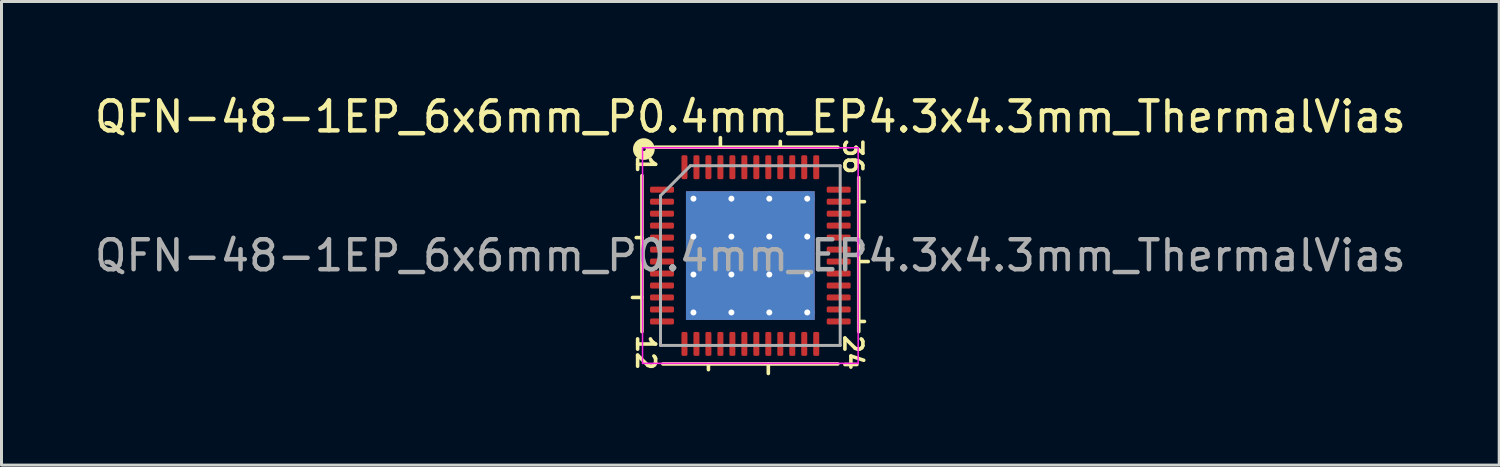
<source format=kicad_pcb>
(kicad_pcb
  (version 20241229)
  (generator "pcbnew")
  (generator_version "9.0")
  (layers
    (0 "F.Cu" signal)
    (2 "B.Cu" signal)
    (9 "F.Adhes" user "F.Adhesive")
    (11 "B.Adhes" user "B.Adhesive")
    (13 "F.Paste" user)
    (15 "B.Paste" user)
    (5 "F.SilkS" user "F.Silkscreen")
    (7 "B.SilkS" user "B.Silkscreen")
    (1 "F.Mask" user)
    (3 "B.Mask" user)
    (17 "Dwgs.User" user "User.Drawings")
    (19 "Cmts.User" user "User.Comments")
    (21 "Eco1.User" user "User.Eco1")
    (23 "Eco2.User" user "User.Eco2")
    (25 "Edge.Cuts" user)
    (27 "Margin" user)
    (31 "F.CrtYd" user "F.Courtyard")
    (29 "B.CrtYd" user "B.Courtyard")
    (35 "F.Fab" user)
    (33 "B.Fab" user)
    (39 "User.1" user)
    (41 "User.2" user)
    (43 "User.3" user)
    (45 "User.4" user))
  (footprint "QFN-48-1EP_6x6mm_P0.4mm_EP4.3x4.3mm_ThermalVias"
    (layer "F.Cu")
    (at 22.006 5.484)
    (property "Reference" "QFN-48-1EP_6x6mm_P0.4mm_EP4.3x4.3mm_ThermalVias" (at 0 -4.636 0) (layer "F.SilkS") (effects (font (size 1 1) (thickness 0.15))))
    (attr smd)
    (fp_line (start -3.619 -2.667) (end -3.619 2.54) (stroke (width 0.12) (type solid)) (layer "F.SilkS"))
    (fp_line (start -3.619 -0.6) (end -3.81 -0.6) (stroke (width 0.12) (type solid)) (layer "F.SilkS"))
    (fp_line (start -3.619 1.4) (end -3.937 1.4) (stroke (width 0.12) (type solid)) (layer "F.SilkS"))
    (fp_line (start -2.921 3.619) (end 2.921 3.619) (stroke (width 0.12) (type solid)) (layer "F.SilkS"))
    (fp_line (start -1.4 3.81) (end -1.4 3.619) (stroke (width 0.12) (type solid)) (layer "F.SilkS"))
    (fp_line (start -1 -3.619) (end -1 -3.937) (stroke (width 0.12) (type solid)) (layer "F.SilkS"))
    (fp_line (start 0.6 3.619) (end 0.6 3.937) (stroke (width 0.12) (type solid)) (layer "F.SilkS"))
    (fp_line (start 1 -3.619) (end 1 -3.81) (stroke (width 0.12) (type solid)) (layer "F.SilkS"))
    (fp_line (start 2.921 -3.619) (end -3.175 -3.619) (stroke (width 0.12) (type solid)) (layer "F.SilkS"))
    (fp_line (start 3.619 -1.8) (end 3.81 -1.8) (stroke (width 0.12) (type solid)) (layer "F.SilkS"))
    (fp_line (start 3.619 0.2) (end 3.937 0.2) (stroke (width 0.12) (type solid)) (layer "F.SilkS"))
    (fp_line (start 3.619 2.2) (end 3.81 2.2) (stroke (width 0.12) (type solid)) (layer "F.SilkS"))
    (fp_line (start 3.619 2.54) (end 3.619 -2.603) (stroke (width 0.12) (type solid)) (layer "F.SilkS"))
    (fp_circle (center -3.556 -3.556) (end -3.493 -3.556) (stroke (width 0.3) (type solid)) (fill no) (layer "F.SilkS"))
    (fp_line (start -3.6 -3.6) (end -3.6 3.6) (stroke (width 0.05) (type solid)) (layer "F.CrtYd"))
    (fp_line (start -3.6 3.6) (end 3.6 3.6) (stroke (width 0.05) (type solid)) (layer "F.CrtYd"))
    (fp_line (start 3.6 -3.6) (end -3.6 -3.6) (stroke (width 0.05) (type solid)) (layer "F.CrtYd"))
    (fp_line (start 3.6 3.6) (end 3.6 -3.6) (stroke (width 0.05) (type solid)) (layer "F.CrtYd"))
    (fp_line (start -3 -2) (end -2 -3) (stroke (width 0.1) (type solid)) (layer "F.Fab"))
    (fp_line (start -3 3) (end -3 -2) (stroke (width 0.1) (type solid)) (layer "F.Fab"))
    (fp_line (start -2 -3) (end 3 -3) (stroke (width 0.1) (type solid)) (layer "F.Fab"))
    (fp_line (start 3 -3) (end 3 3) (stroke (width 0.1) (type solid)) (layer "F.Fab"))
    (fp_line (start 3 3) (end -3 3) (stroke (width 0.1) (type solid)) (layer "F.Fab"))
    (fp_text user "1" (at -3.493 -3.048 270) (unlocked yes) (layer "F.SilkS") (effects (font (size 0.6 0.6) (thickness 0.12))))
    (fp_text user "12" (at -3.493 3.239 270) (unlocked yes) (layer "F.SilkS") (effects (font (size 0.6 0.6) (thickness 0.12))))
    (fp_text user "36" (at 3.429 -3.302 270) (unlocked yes) (layer "F.SilkS") (effects (font (size 0.6 0.6) (thickness 0.12))))
    (fp_text user "24" (at 3.429 3.239 270) (unlocked yes) (layer "F.SilkS") (effects (font (size 0.6 0.6) (thickness 0.12))))
    (fp_text user "${REFERENCE}" (at 0 0 0) (layer "F.Fab") (effects (font (size 1 1) (thickness 0.15))))
    (pad "" smd custom (at -1.267 -1.267) (size 1.034 1.034) (layers "F.Paste") (options (anchor circle)) (primitives (gr_poly (pts (xy -0.456 -0.356) (xy -0.356 -0.456) (xy 0.356 -0.456) (xy 0.456 -0.356) (xy 0.456 0.356) (xy 0.356 0.456) (xy -0.356 0.456) (xy -0.456 0.356)) (width 0.243) (fill yes))))
    (pad "" smd custom (at -1.267 0) (size 1.034 1.034) (layers "F.Paste") (options (anchor circle)) (primitives (gr_poly (pts (xy -0.456 -0.356) (xy -0.356 -0.456) (xy 0.356 -0.456) (xy 0.456 -0.356) (xy 0.456 0.356) (xy 0.356 0.456) (xy -0.356 0.456) (xy -0.456 0.356)) (width 0.243) (fill yes))))
    (pad "" smd custom (at -1.267 1.267) (size 1.034 1.034) (layers "F.Paste") (options (anchor circle)) (primitives (gr_poly (pts (xy -0.456 -0.356) (xy -0.356 -0.456) (xy 0.356 -0.456) (xy 0.456 -0.356) (xy 0.456 0.356) (xy 0.356 0.456) (xy -0.356 0.456) (xy -0.456 0.356)) (width 0.243) (fill yes))))
    (pad "" smd custom (at 0 -1.267) (size 1.034 1.034) (layers "F.Paste") (options (anchor circle)) (primitives (gr_poly (pts (xy -0.456 -0.356) (xy -0.356 -0.456) (xy 0.356 -0.456) (xy 0.456 -0.356) (xy 0.456 0.356) (xy 0.356 0.456) (xy -0.356 0.456) (xy -0.456 0.356)) (width 0.243) (fill yes))))
    (pad "" smd custom (at 0 0) (size 1.034 1.034) (layers "F.Paste") (options (anchor circle)) (primitives (gr_poly (pts (xy -0.456 -0.356) (xy -0.356 -0.456) (xy 0.356 -0.456) (xy 0.456 -0.356) (xy 0.456 0.356) (xy 0.356 0.456) (xy -0.356 0.456) (xy -0.456 0.356)) (width 0.243) (fill yes))))
    (pad "" smd custom (at 0 1.267) (size 1.034 1.034) (layers "F.Paste") (options (anchor circle)) (primitives (gr_poly (pts (xy -0.456 -0.356) (xy -0.356 -0.456) (xy 0.356 -0.456) (xy 0.456 -0.356) (xy 0.456 0.356) (xy 0.356 0.456) (xy -0.356 0.456) (xy -0.456 0.356)) (width 0.243) (fill yes))))
    (pad "" smd custom (at 1.267 -1.267) (size 1.034 1.034) (layers "F.Paste") (options (anchor circle)) (primitives (gr_poly (pts (xy -0.456 -0.356) (xy -0.356 -0.456) (xy 0.356 -0.456) (xy 0.456 -0.356) (xy 0.456 0.356) (xy 0.356 0.456) (xy -0.356 0.456) (xy -0.456 0.356)) (width 0.243) (fill yes))))
    (pad "" smd custom (at 1.267 0) (size 1.034 1.034) (layers "F.Paste") (options (anchor circle)) (primitives (gr_poly (pts (xy -0.456 -0.356) (xy -0.356 -0.456) (xy 0.356 -0.456) (xy 0.456 -0.356) (xy 0.456 0.356) (xy 0.356 0.456) (xy -0.356 0.456) (xy -0.456 0.356)) (width 0.243) (fill yes))))
    (pad "" smd custom (at 1.267 1.267) (size 1.034 1.034) (layers "F.Paste") (options (anchor circle)) (primitives (gr_poly (pts (xy -0.456 -0.356) (xy -0.356 -0.456) (xy 0.356 -0.456) (xy 0.456 -0.356) (xy 0.456 0.356) (xy 0.356 0.456) (xy -0.356 0.456) (xy -0.456 0.356)) (width 0.243) (fill yes))))
    (pad "1" smd roundrect (at -2.95 -2.2) (size 0.8 0.2) (layers "F.Cu" "F.Mask" "F.Paste") (roundrect_rratio 0.25))
    (pad "2" smd roundrect (at -2.95 -1.8) (size 0.8 0.2) (layers "F.Cu" "F.Mask" "F.Paste") (roundrect_rratio 0.25))
    (pad "3" smd roundrect (at -2.95 -1.4) (size 0.8 0.2) (layers "F.Cu" "F.Mask" "F.Paste") (roundrect_rratio 0.25))
    (pad "4" smd roundrect (at -2.95 -1) (size 0.8 0.2) (layers "F.Cu" "F.Mask" "F.Paste") (roundrect_rratio 0.25))
    (pad "5" smd roundrect (at -2.95 -0.6) (size 0.8 0.2) (layers "F.Cu" "F.Mask" "F.Paste") (roundrect_rratio 0.25))
    (pad "6" smd roundrect (at -2.95 -0.2) (size 0.8 0.2) (layers "F.Cu" "F.Mask" "F.Paste") (roundrect_rratio 0.25))
    (pad "7" smd roundrect (at -2.95 0.2) (size 0.8 0.2) (layers "F.Cu" "F.Mask" "F.Paste") (roundrect_rratio 0.25))
    (pad "8" smd roundrect (at -2.95 0.6) (size 0.8 0.2) (layers "F.Cu" "F.Mask" "F.Paste") (roundrect_rratio 0.25))
    (pad "9" smd roundrect (at -2.95 1) (size 0.8 0.2) (layers "F.Cu" "F.Mask" "F.Paste") (roundrect_rratio 0.25))
    (pad "10" smd roundrect (at -2.95 1.4) (size 0.8 0.2) (layers "F.Cu" "F.Mask" "F.Paste") (roundrect_rratio 0.25))
    (pad "11" smd roundrect (at -2.95 1.8) (size 0.8 0.2) (layers "F.Cu" "F.Mask" "F.Paste") (roundrect_rratio 0.25))
    (pad "12" smd roundrect (at -2.95 2.2) (size 0.8 0.2) (layers "F.Cu" "F.Mask" "F.Paste") (roundrect_rratio 0.25))
    (pad "13" smd roundrect (at -2.2 2.95) (size 0.2 0.8) (layers "F.Cu" "F.Mask" "F.Paste") (roundrect_rratio 0.25))
    (pad "14" smd roundrect (at -1.8 2.95) (size 0.2 0.8) (layers "F.Cu" "F.Mask" "F.Paste") (roundrect_rratio 0.25))
    (pad "15" smd roundrect (at -1.4 2.95) (size 0.2 0.8) (layers "F.Cu" "F.Mask" "F.Paste") (roundrect_rratio 0.25))
    (pad "16" smd roundrect (at -1 2.95) (size 0.2 0.8) (layers "F.Cu" "F.Mask" "F.Paste") (roundrect_rratio 0.25))
    (pad "17" smd roundrect (at -0.6 2.95) (size 0.2 0.8) (layers "F.Cu" "F.Mask" "F.Paste") (roundrect_rratio 0.25))
    (pad "18" smd roundrect (at -0.2 2.95) (size 0.2 0.8) (layers "F.Cu" "F.Mask" "F.Paste") (roundrect_rratio 0.25))
    (pad "19" smd roundrect (at 0.2 2.95) (size 0.2 0.8) (layers "F.Cu" "F.Mask" "F.Paste") (roundrect_rratio 0.25))
    (pad "20" smd roundrect (at 0.6 2.95) (size 0.2 0.8) (layers "F.Cu" "F.Mask" "F.Paste") (roundrect_rratio 0.25))
    (pad "21" smd roundrect (at 1 2.95) (size 0.2 0.8) (layers "F.Cu" "F.Mask" "F.Paste") (roundrect_rratio 0.25))
    (pad "22" smd roundrect (at 1.4 2.95) (size 0.2 0.8) (layers "F.Cu" "F.Mask" "F.Paste") (roundrect_rratio 0.25))
    (pad "23" smd roundrect (at 1.8 2.95) (size 0.2 0.8) (layers "F.Cu" "F.Mask" "F.Paste") (roundrect_rratio 0.25))
    (pad "24" smd roundrect (at 2.2 2.95) (size 0.2 0.8) (layers "F.Cu" "F.Mask" "F.Paste") (roundrect_rratio 0.25))
    (pad "25" smd roundrect (at 2.95 2.2) (size 0.8 0.2) (layers "F.Cu" "F.Mask" "F.Paste") (roundrect_rratio 0.25))
    (pad "26" smd roundrect (at 2.95 1.8) (size 0.8 0.2) (layers "F.Cu" "F.Mask" "F.Paste") (roundrect_rratio 0.25))
    (pad "27" smd roundrect (at 2.95 1.4) (size 0.8 0.2) (layers "F.Cu" "F.Mask" "F.Paste") (roundrect_rratio 0.25))
    (pad "28" smd roundrect (at 2.95 1) (size 0.8 0.2) (layers "F.Cu" "F.Mask" "F.Paste") (roundrect_rratio 0.25))
    (pad "29" smd roundrect (at 2.95 0.6) (size 0.8 0.2) (layers "F.Cu" "F.Mask" "F.Paste") (roundrect_rratio 0.25))
    (pad "30" smd roundrect (at 2.95 0.2) (size 0.8 0.2) (layers "F.Cu" "F.Mask" "F.Paste") (roundrect_rratio 0.25))
    (pad "31" smd roundrect (at 2.95 -0.2) (size 0.8 0.2) (layers "F.Cu" "F.Mask" "F.Paste") (roundrect_rratio 0.25))
    (pad "32" smd roundrect (at 2.95 -0.6) (size 0.8 0.2) (layers "F.Cu" "F.Mask" "F.Paste") (roundrect_rratio 0.25))
    (pad "33" smd roundrect (at 2.95 -1) (size 0.8 0.2) (layers "F.Cu" "F.Mask" "F.Paste") (roundrect_rratio 0.25))
    (pad "34" smd roundrect (at 2.95 -1.4) (size 0.8 0.2) (layers "F.Cu" "F.Mask" "F.Paste") (roundrect_rratio 0.25))
    (pad "35" smd roundrect (at 2.95 -1.8) (size 0.8 0.2) (layers "F.Cu" "F.Mask" "F.Paste") (roundrect_rratio 0.25))
    (pad "36" smd roundrect (at 2.95 -2.2) (size 0.8 0.2) (layers "F.Cu" "F.Mask" "F.Paste") (roundrect_rratio 0.25))
    (pad "37" smd roundrect (at 2.2 -2.95) (size 0.2 0.8) (layers "F.Cu" "F.Mask" "F.Paste") (roundrect_rratio 0.25))
    (pad "38" smd roundrect (at 1.8 -2.95) (size 0.2 0.8) (layers "F.Cu" "F.Mask" "F.Paste") (roundrect_rratio 0.25))
    (pad "39" smd roundrect (at 1.4 -2.95) (size 0.2 0.8) (layers "F.Cu" "F.Mask" "F.Paste") (roundrect_rratio 0.25))
    (pad "40" smd roundrect (at 1 -2.95) (size 0.2 0.8) (layers "F.Cu" "F.Mask" "F.Paste") (roundrect_rratio 0.25))
    (pad "41" smd roundrect (at 0.6 -2.95) (size 0.2 0.8) (layers "F.Cu" "F.Mask" "F.Paste") (roundrect_rratio 0.25))
    (pad "42" smd roundrect (at 0.2 -2.95) (size 0.2 0.8) (layers "F.Cu" "F.Mask" "F.Paste") (roundrect_rratio 0.25))
    (pad "43" smd roundrect (at -0.2 -2.95) (size 0.2 0.8) (layers "F.Cu" "F.Mask" "F.Paste") (roundrect_rratio 0.25))
    (pad "44" smd roundrect (at -0.6 -2.95) (size 0.2 0.8) (layers "F.Cu" "F.Mask" "F.Paste") (roundrect_rratio 0.25))
    (pad "45" smd roundrect (at -1 -2.95) (size 0.2 0.8) (layers "F.Cu" "F.Mask" "F.Paste") (roundrect_rratio 0.25))
    (pad "46" smd roundrect (at -1.4 -2.95) (size 0.2 0.8) (layers "F.Cu" "F.Mask" "F.Paste") (roundrect_rratio 0.25))
    (pad "47" smd roundrect (at -1.8 -2.95) (size 0.2 0.8) (layers "F.Cu" "F.Mask" "F.Paste") (roundrect_rratio 0.25))
    (pad "48" smd roundrect (at -2.2 -2.95) (size 0.2 0.8) (layers "F.Cu" "F.Mask" "F.Paste") (roundrect_rratio 0.25))
    (pad "49" thru_hole circle (at -1.9 -1.9) (size 0.5 0.5) (drill 0.2) (layers "*.Cu"))
    (pad "49" thru_hole circle (at -1.9 -0.633) (size 0.5 0.5) (drill 0.2) (layers "*.Cu"))
    (pad "49" thru_hole circle (at -1.9 0.633) (size 0.5 0.5) (drill 0.2) (layers "*.Cu"))
    (pad "49" thru_hole circle (at -1.9 1.9) (size 0.5 0.5) (drill 0.2) (layers "*.Cu"))
    (pad "49" thru_hole circle (at -0.633 -1.9) (size 0.5 0.5) (drill 0.2) (layers "*.Cu"))
    (pad "49" thru_hole circle (at -0.633 -0.633) (size 0.5 0.5) (drill 0.2) (layers "*.Cu"))
    (pad "49" thru_hole circle (at -0.633 0.633) (size 0.5 0.5) (drill 0.2) (layers "*.Cu"))
    (pad "49" thru_hole circle (at -0.633 1.9) (size 0.5 0.5) (drill 0.2) (layers "*.Cu"))
    (pad "49" smd rect (at 0 0) (size 4.3 4.3) (layers "F.Cu" "F.Mask"))
    (pad "49" smd rect (at 0 0) (size 4.3 4.3) (layers "B.Cu" "B.Mask"))
    (pad "49" thru_hole circle (at 0.633 -1.9) (size 0.5 0.5) (drill 0.2) (layers "*.Cu"))
    (pad "49" thru_hole circle (at 0.633 -0.633) (size 0.5 0.5) (drill 0.2) (layers "*.Cu"))
    (pad "49" thru_hole circle (at 0.633 0.633) (size 0.5 0.5) (drill 0.2) (layers "*.Cu"))
    (pad "49" thru_hole circle (at 0.633 1.9) (size 0.5 0.5) (drill 0.2) (layers "*.Cu"))
    (pad "49" thru_hole circle (at 1.9 -1.9) (size 0.5 0.5) (drill 0.2) (layers "*.Cu"))
    (pad "49" thru_hole circle (at 1.9 -0.633) (size 0.5 0.5) (drill 0.2) (layers "*.Cu"))
    (pad "49" thru_hole circle (at 1.9 0.633) (size 0.5 0.5) (drill 0.2) (layers "*.Cu"))
    (pad "49" thru_hole circle (at 1.9 1.9) (size 0.5 0.5) (drill 0.2) (layers "*.Cu")))
  (gr_rect
    (start -3 -3)
    (end 47.012 12.481)
    (stroke (width 0.1) (type default))
    (fill no)
    (layer "Edge.Cuts")))
</source>
